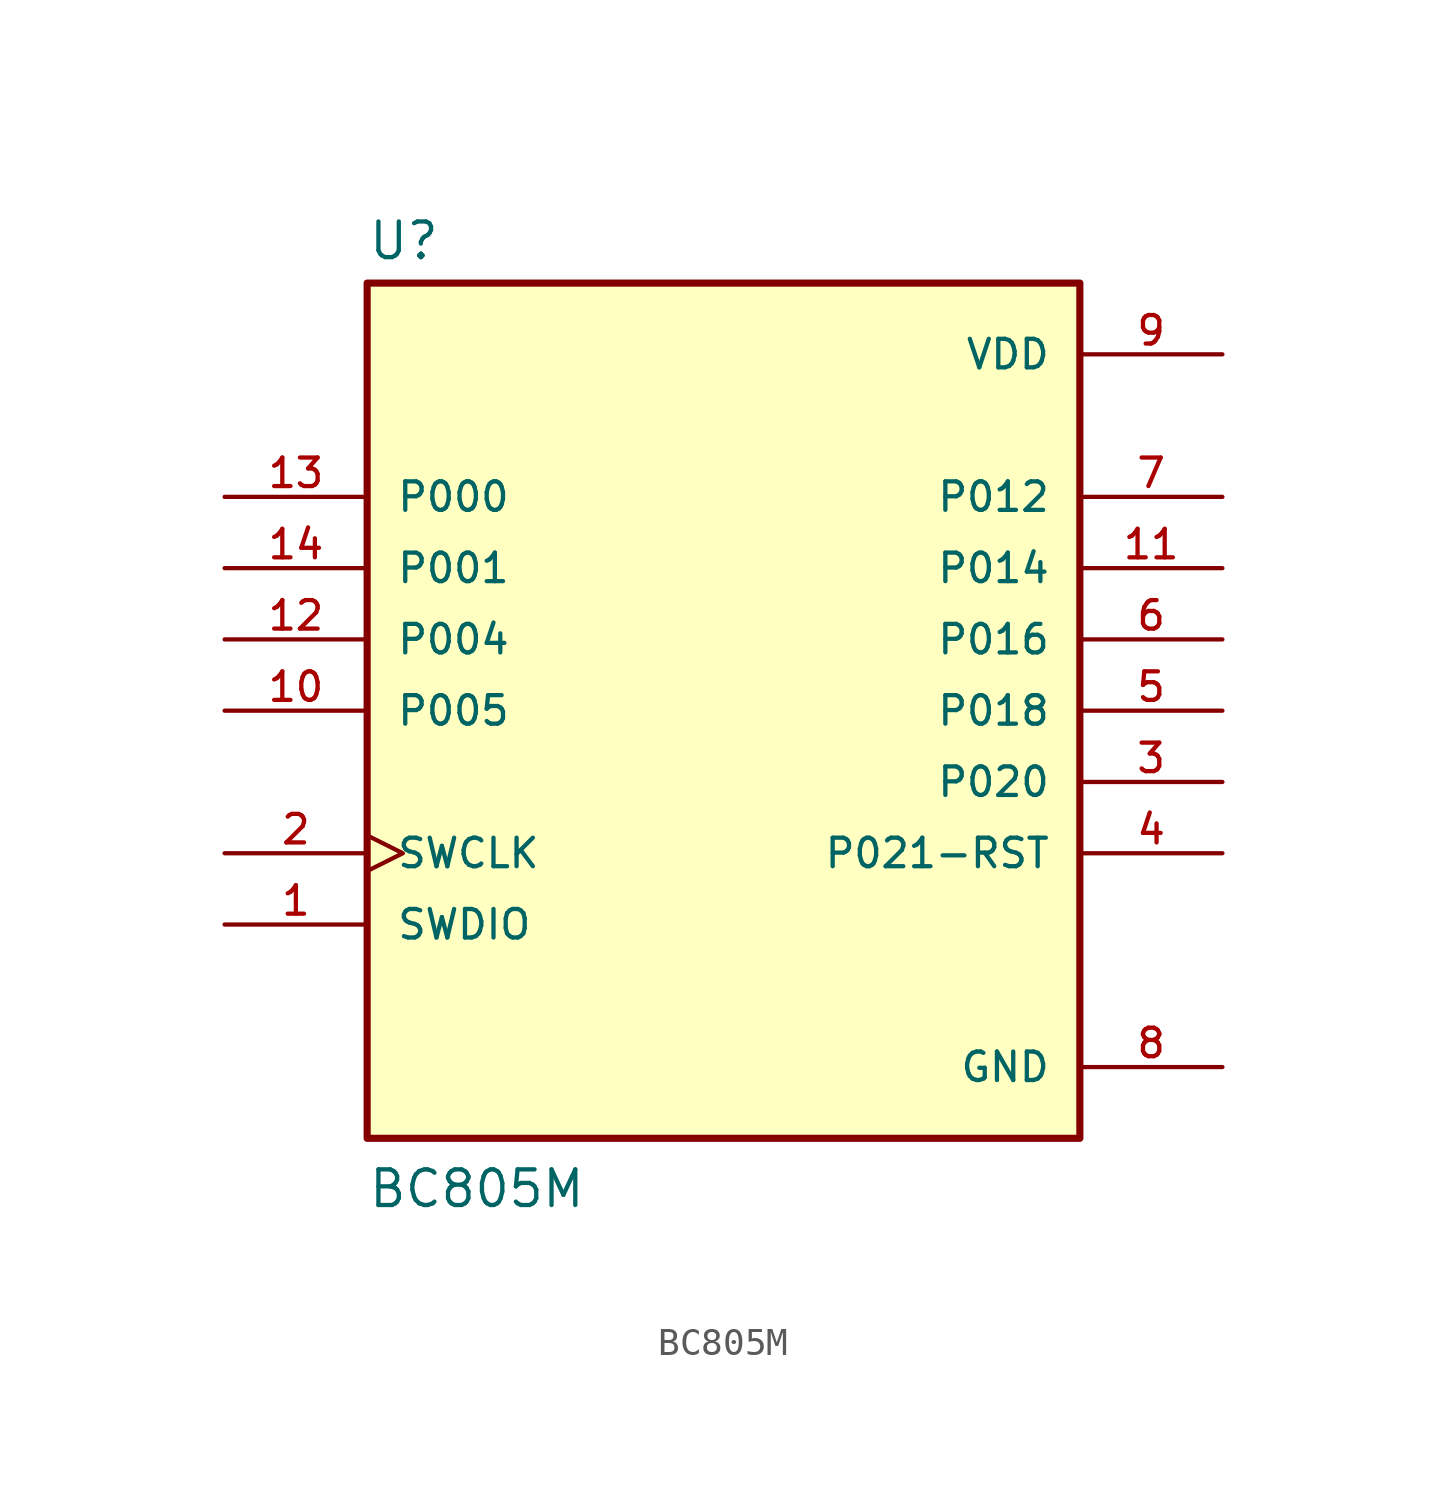
<source format=kicad_sym>
(kicad_symbol_lib
  (version 20211014)
  (generator kicad_symbol_editor)
  (symbol "BC805M"
    (pin_names
      (offset 1.016))
    (property "Reference" "U"
      (at -12.7 16.002 0)
      (effects (font (size 1.27 1.27)) (justify bottom left)))
    (property "Value" "BC805M"
      (at -12.7 -17.78 0)
      (effects (font (size 1.27 1.27)) (justify bottom left)))
    (symbol "BC805M_0_0"
      (rectangle (start -12.7 -15.24) (end 12.7 15.24) (stroke (width 0.254)) (fill (type background)))
      (pin bidirectional line (at -17.78 -7.62 0) (length 5.08) (name "SWDIO" (effects (font (size 1.016 1.016)))) (number "1" (effects (font (size 1.016 1.016)))))
      (pin input clock (at -17.78 -5.08 0) (length 5.08) (name "SWCLK" (effects (font (size 1.016 1.016)))) (number "2" (effects (font (size 1.016 1.016)))))
      (pin bidirectional line (at 17.78 -2.54 180.0) (length 5.08) (name "P020" (effects (font (size 1.016 1.016)))) (number "3" (effects (font (size 1.016 1.016)))))
      (pin bidirectional line (at 17.78 -5.08 180.0) (length 5.08) (name "P021-RST" (effects (font (size 1.016 1.016)))) (number "4" (effects (font (size 1.016 1.016)))))
      (pin bidirectional line (at 17.78 0.0 180.0) (length 5.08) (name "P018" (effects (font (size 1.016 1.016)))) (number "5" (effects (font (size 1.016 1.016)))))
      (pin bidirectional line (at 17.78 2.54 180.0) (length 5.08) (name "P016" (effects (font (size 1.016 1.016)))) (number "6" (effects (font (size 1.016 1.016)))))
      (pin bidirectional line (at 17.78 7.62 180.0) (length 5.08) (name "P012" (effects (font (size 1.016 1.016)))) (number "7" (effects (font (size 1.016 1.016)))))
      (pin power_in line (at 17.78 -12.7 180.0) (length 5.08) (name "GND" (effects (font (size 1.016 1.016)))) (number "8" (effects (font (size 1.016 1.016)))))
      (pin power_in line (at 17.78 12.7 180.0) (length 5.08) (name "VDD" (effects (font (size 1.016 1.016)))) (number "9" (effects (font (size 1.016 1.016)))))
      (pin bidirectional line (at -17.78 0.0 0) (length 5.08) (name "P005" (effects (font (size 1.016 1.016)))) (number "10" (effects (font (size 1.016 1.016)))))
      (pin bidirectional line (at 17.78 5.08 180.0) (length 5.08) (name "P014" (effects (font (size 1.016 1.016)))) (number "11" (effects (font (size 1.016 1.016)))))
      (pin bidirectional line (at -17.78 2.54 0) (length 5.08) (name "P004" (effects (font (size 1.016 1.016)))) (number "12" (effects (font (size 1.016 1.016)))))
      (pin bidirectional line (at -17.78 7.62 0) (length 5.08) (name "P000" (effects (font (size 1.016 1.016)))) (number "13" (effects (font (size 1.016 1.016)))))
      (pin bidirectional line (at -17.78 5.08 0) (length 5.08) (name "P001" (effects (font (size 1.016 1.016)))) (number "14" (effects (font (size 1.016 1.016))))))))
</source>
